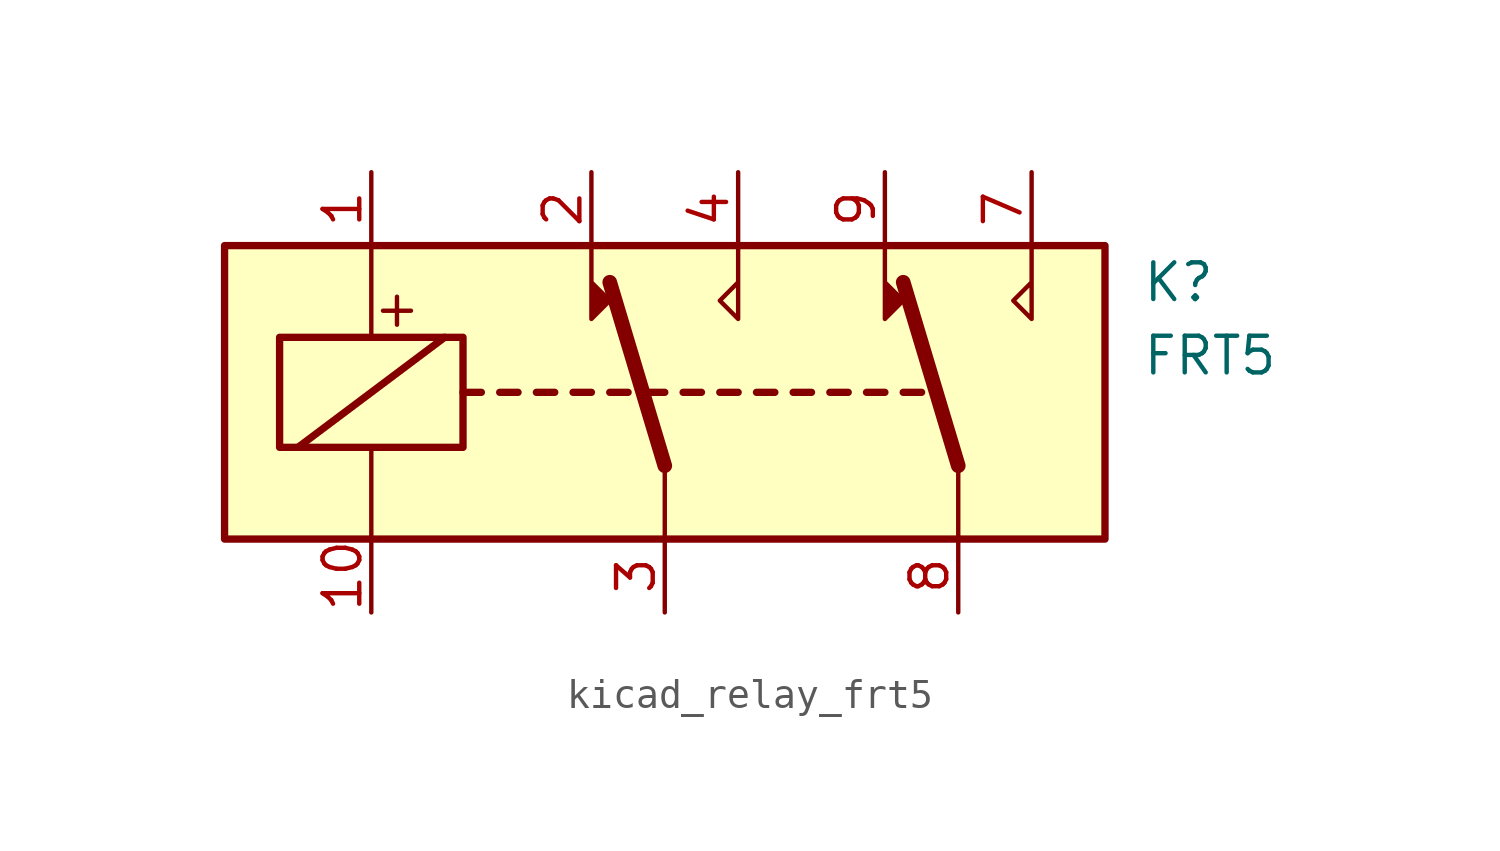
<source format=kicad_sym>
(kicad_symbol_lib
  (version 20220914)
  (generator kicad_symbol_editor)
  (symbol "kicad_relay_frt5"
    (property "Reference" "K"
      (at 16.51 3.81 0)
      (effects (font (size 1.27 1.27)) (justify left)))
    (property "Value" "FRT5"
      (at 16.51 1.27 0)
      (effects (font (size 1.27 1.27)) (justify left)))
    (symbol "kicad_relay_frt5_0_0"
      (text "+" (at -9.271 2.921 0) (effects (font (size 1.27 1.27)))))
    (symbol "kicad_relay_frt5_0_1"
      (rectangle (start -15.24 5.08) (end 15.24 -5.08) (stroke (width 0.254) (type default)) (fill (type background)))
      (rectangle (start -13.335 1.905) (end -6.985 -1.905) (stroke (width 0.254) (type default)) (fill (type none)))
      (polyline (pts (xy -12.7 -1.905) (xy -7.62 1.905)) (stroke (width 0.254) (type default)) (fill (type none)))
      (polyline (pts (xy -10.16 -5.08) (xy -10.16 -1.905)) (stroke (width 0) (type default)) (fill (type none)))
      (polyline (pts (xy -10.16 5.08) (xy -10.16 1.905)) (stroke (width 0) (type default)) (fill (type none)))
      (polyline (pts (xy -6.985 0) (xy -6.35 0)) (stroke (width 0.254) (type default)) (fill (type none)))
      (polyline (pts (xy -5.715 0) (xy -5.08 0)) (stroke (width 0.254) (type default)) (fill (type none)))
      (polyline (pts (xy -4.445 0) (xy -3.81 0)) (stroke (width 0.254) (type default)) (fill (type none)))
      (polyline (pts (xy -3.175 0) (xy -2.54 0)) (stroke (width 0.254) (type default)) (fill (type none)))
      (polyline (pts (xy -1.905 0) (xy -1.27 0)) (stroke (width 0.254) (type default)) (fill (type none)))
      (polyline (pts (xy -0.635 0) (xy 0 0)) (stroke (width 0.254) (type default)) (fill (type none)))
      (polyline (pts (xy 0 -2.54) (xy -1.905 3.81)) (stroke (width 0.508) (type default)) (fill (type none)))
      (polyline (pts (xy 0 -2.54) (xy 0 -5.08)) (stroke (width 0) (type default)) (fill (type none)))
      (polyline (pts (xy 0.635 0) (xy 1.27 0)) (stroke (width 0.254) (type default)) (fill (type none)))
      (polyline (pts (xy 1.905 0) (xy 2.54 0)) (stroke (width 0.254) (type default)) (fill (type none)))
      (polyline (pts (xy 3.175 0) (xy 3.81 0)) (stroke (width 0.254) (type default)) (fill (type none)))
      (polyline (pts (xy 4.445 0) (xy 5.08 0)) (stroke (width 0.254) (type default)) (fill (type none)))
      (polyline (pts (xy 5.715 0) (xy 6.35 0)) (stroke (width 0.254) (type default)) (fill (type none)))
      (polyline (pts (xy 6.985 0) (xy 7.62 0)) (stroke (width 0.254) (type default)) (fill (type none)))
      (polyline (pts (xy 8.255 0) (xy 8.89 0)) (stroke (width 0.254) (type default)) (fill (type none)))
      (polyline (pts (xy 10.16 -2.54) (xy 8.255 3.81)) (stroke (width 0.508) (type default)) (fill (type none)))
      (polyline (pts (xy 10.16 -2.54) (xy 10.16 -5.08)) (stroke (width 0) (type default)) (fill (type none)))
      (polyline (pts (xy -2.54 5.08) (xy -2.54 2.54) (xy -1.905 3.175) (xy -2.54 3.81)) (stroke (width 0) (type default)) (fill (type outline)))
      (polyline (pts (xy 2.54 5.08) (xy 2.54 2.54) (xy 1.905 3.175) (xy 2.54 3.81)) (stroke (width 0) (type default)) (fill (type none)))
      (polyline (pts (xy 7.62 5.08) (xy 7.62 2.54) (xy 8.255 3.175) (xy 7.62 3.81)) (stroke (width 0) (type default)) (fill (type outline)))
      (polyline (pts (xy 12.7 5.08) (xy 12.7 2.54) (xy 12.065 3.175) (xy 12.7 3.81)) (stroke (width 0) (type default)) (fill (type none))))
    (symbol "kicad_relay_frt5_1_1"
      (pin passive line (at -10.16 7.62 270) (length 2.54) (name "~" (effects (font (size 1.27 1.27)))) (number "1" (effects (font (size 1.27 1.27)))))
      (pin passive line (at -10.16 -7.62 90) (length 2.54) (name "~" (effects (font (size 1.27 1.27)))) (number "10" (effects (font (size 1.27 1.27)))))
      (pin passive line (at -2.54 7.62 270) (length 2.54) (name "~" (effects (font (size 1.27 1.27)))) (number "2" (effects (font (size 1.27 1.27)))))
      (pin passive line (at 0 -7.62 90) (length 2.54) (name "~" (effects (font (size 1.27 1.27)))) (number "3" (effects (font (size 1.27 1.27)))))
      (pin passive line (at 2.54 7.62 270) (length 2.54) (name "~" (effects (font (size 1.27 1.27)))) (number "4" (effects (font (size 1.27 1.27)))))
      (pin passive line (at 12.7 7.62 270) (length 2.54) (name "~" (effects (font (size 1.27 1.27)))) (number "7" (effects (font (size 1.27 1.27)))))
      (pin passive line (at 10.16 -7.62 90) (length 2.54) (name "~" (effects (font (size 1.27 1.27)))) (number "8" (effects (font (size 1.27 1.27)))))
      (pin passive line (at 7.62 7.62 270) (length 2.54) (name "~" (effects (font (size 1.27 1.27)))) (number "9" (effects (font (size 1.27 1.27))))))))
</source>
